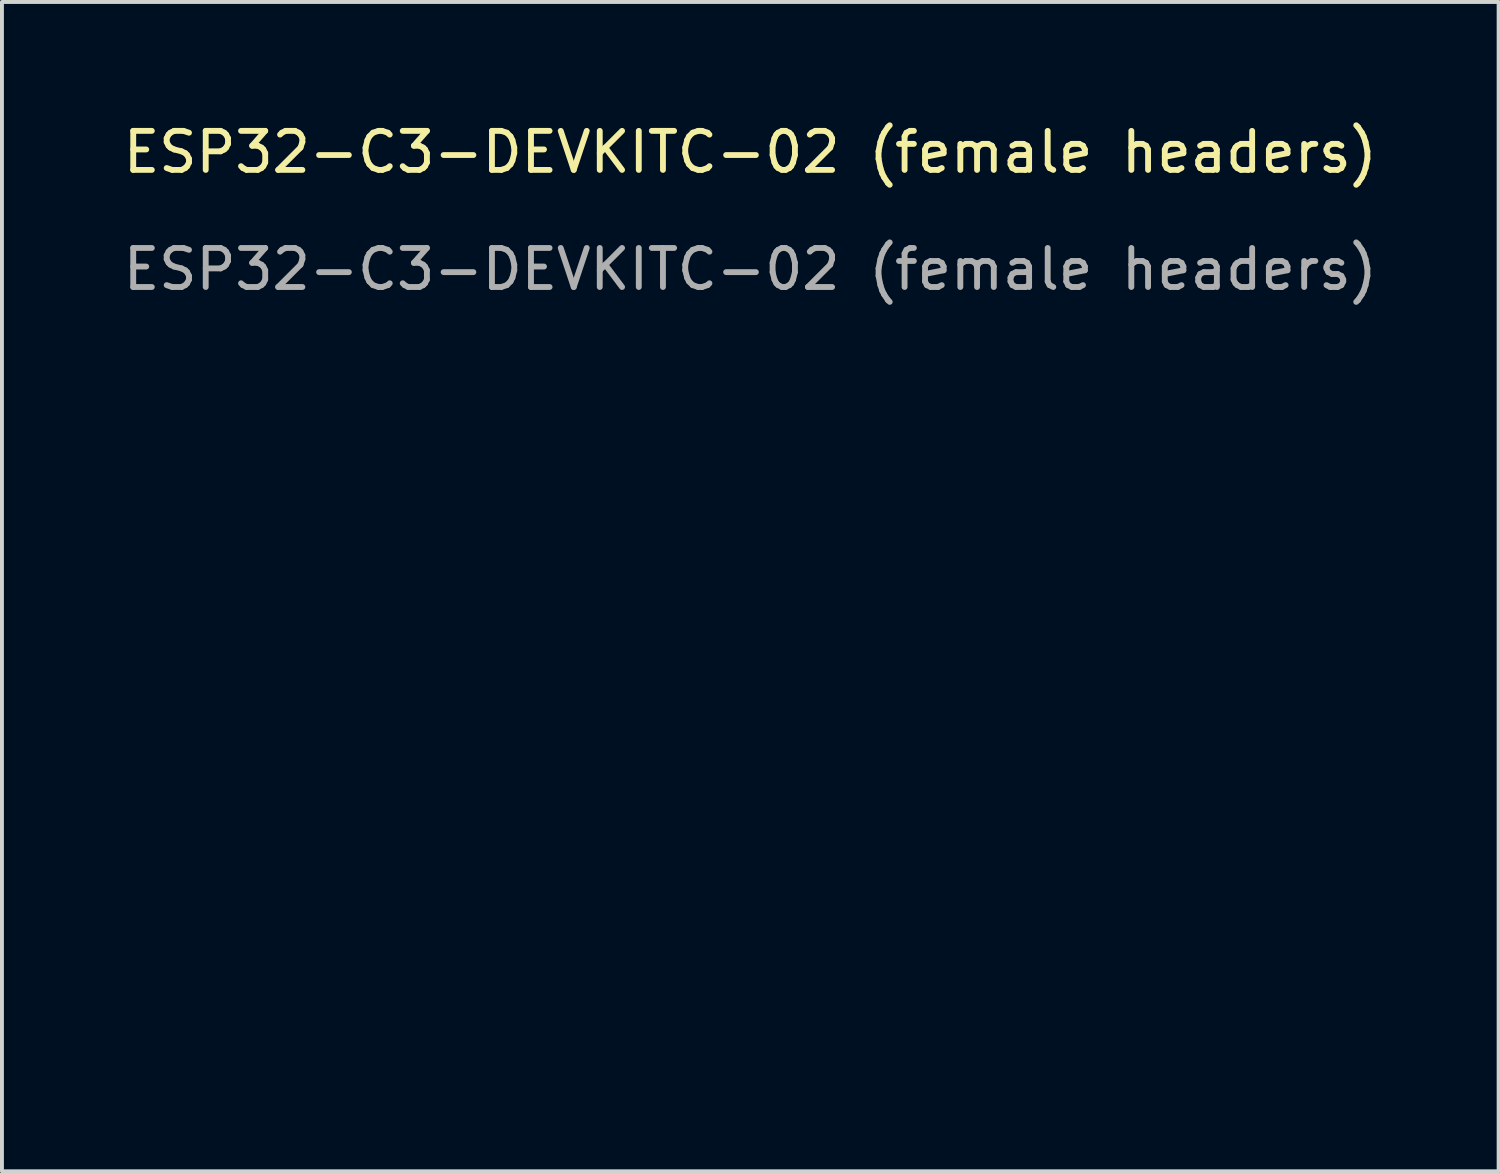
<source format=kicad_pcb>
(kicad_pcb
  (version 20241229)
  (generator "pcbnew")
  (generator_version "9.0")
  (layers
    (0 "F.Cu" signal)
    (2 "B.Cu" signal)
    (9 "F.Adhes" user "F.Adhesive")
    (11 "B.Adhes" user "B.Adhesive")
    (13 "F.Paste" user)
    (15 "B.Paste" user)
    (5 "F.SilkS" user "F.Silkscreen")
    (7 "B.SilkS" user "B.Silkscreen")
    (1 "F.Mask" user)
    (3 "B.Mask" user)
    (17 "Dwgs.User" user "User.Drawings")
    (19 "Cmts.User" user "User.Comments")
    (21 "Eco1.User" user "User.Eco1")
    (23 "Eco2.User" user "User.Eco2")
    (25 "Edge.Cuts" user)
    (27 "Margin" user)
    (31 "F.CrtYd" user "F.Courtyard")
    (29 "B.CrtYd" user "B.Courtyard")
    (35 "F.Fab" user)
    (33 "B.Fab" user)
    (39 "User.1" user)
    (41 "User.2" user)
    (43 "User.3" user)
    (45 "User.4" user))
  (footprint "ESP32-C3-DEVKITC-02 (female headers)"
    (layer "F.Cu")
    (at 16.173 23.708)
    (property "Reference" "ESP32-C3-DEVKITC-02 (female headers)" (at 0 -22.86 0) (unlocked yes) (layer "F.SilkS") (effects (font (size 1 1) (thickness 0.15))))
    (attr smd)
    (fp_text user "${REFERENCE}" (at 0 -19.86 0) (unlocked yes) (layer "F.Fab") (effects (font (size 1 1) (thickness 0.15)))))
  (gr_rect
    (start -3 -3)
    (end 35.345 26.958)
    (stroke (width 0.1) (type default))
    (fill no)
    (layer "Edge.Cuts")))
</source>
